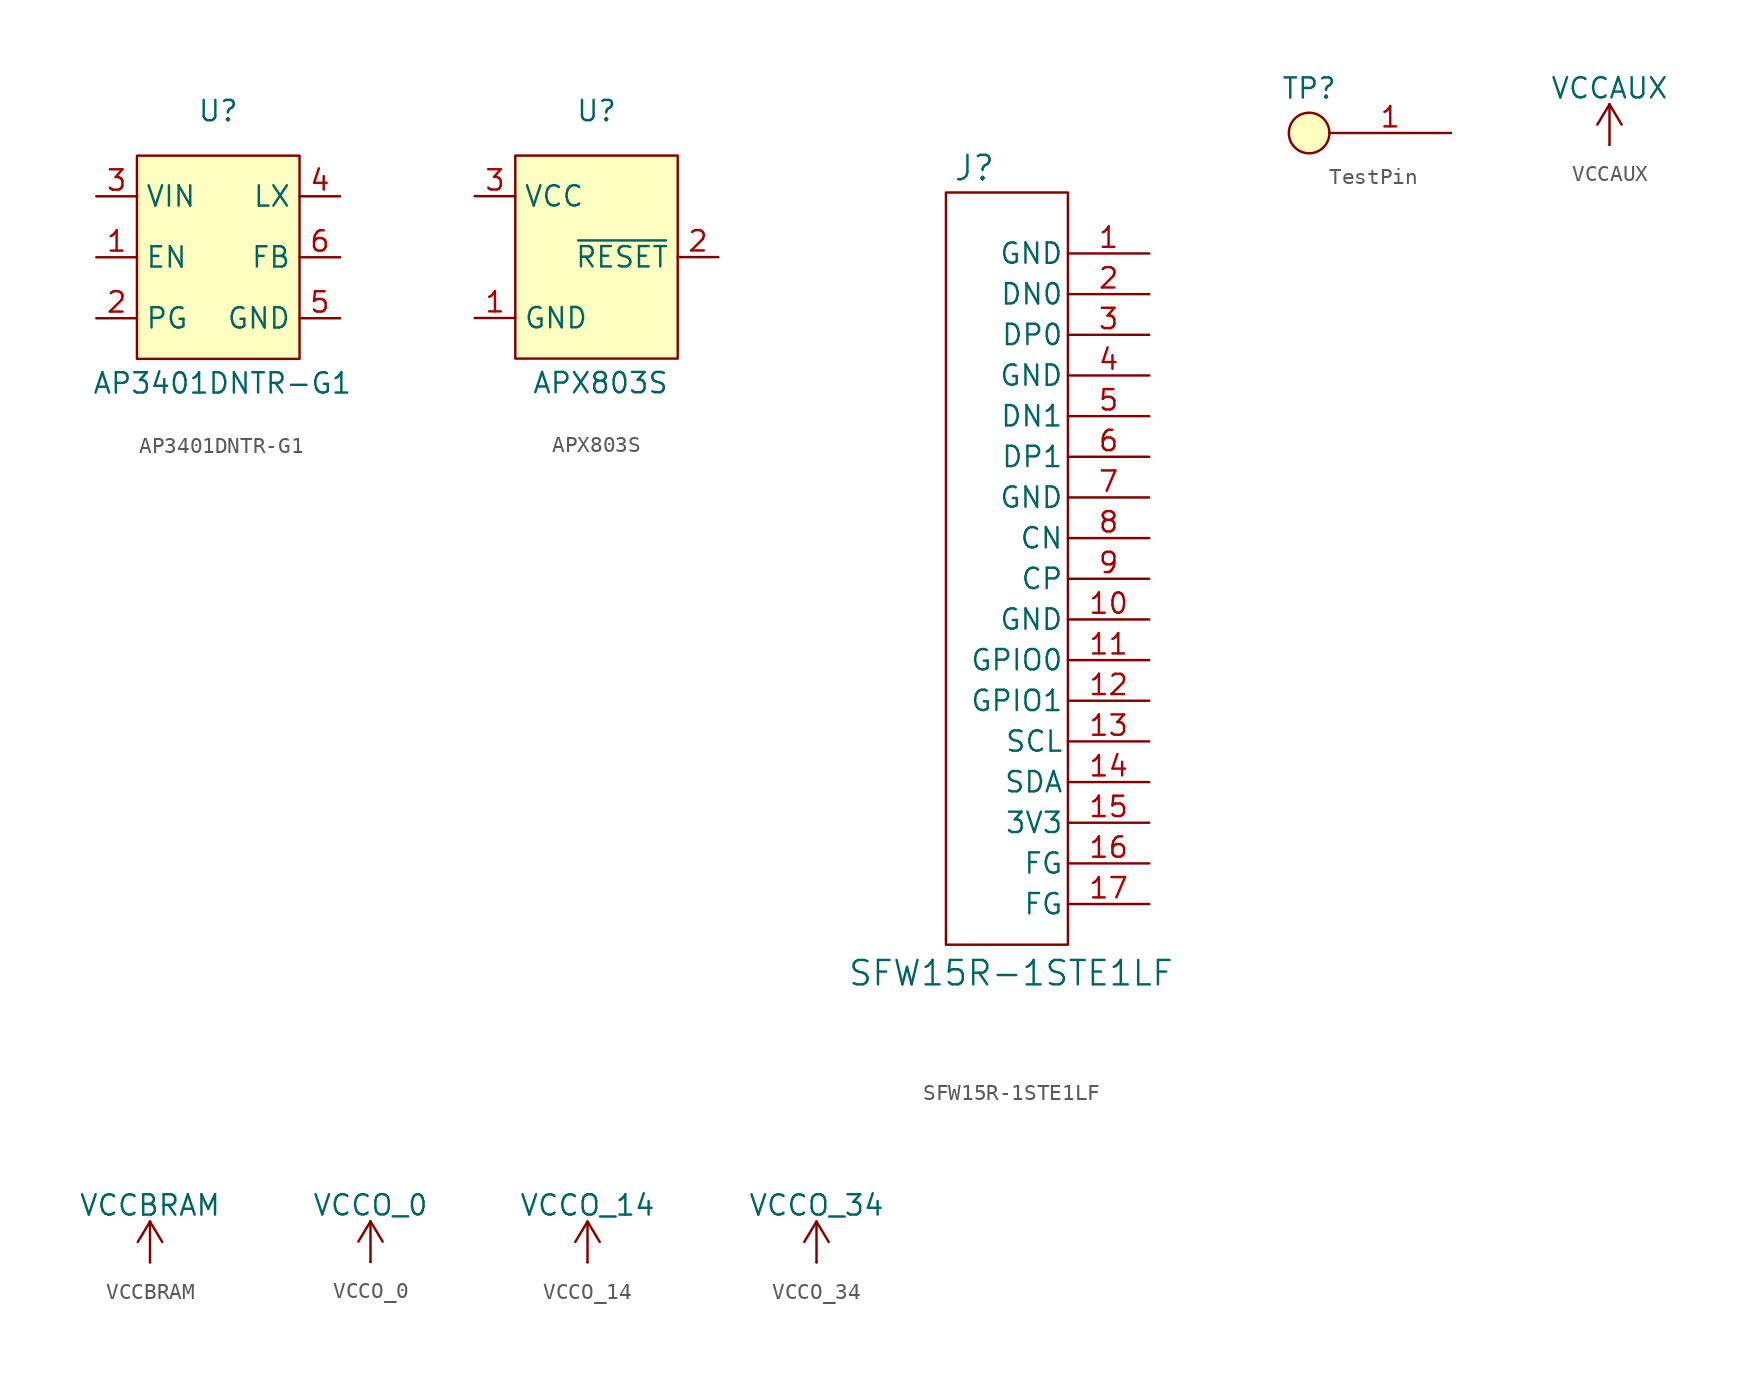
<source format=kicad_sym>
(kicad_symbol_lib
  (version 20241209)
  (generator "kicad_symbol_editor")
  (generator_version "9.0")
  (symbol "AP3401DNTR-G1"
    (property "Reference" "U"
      (at 0 9.144 0)
      (effects (font (size 1.27 1.27))))
    (property "Value" "AP3401DNTR-G1"
      (at 0.254 -7.874 0)
      (effects (font (size 1.27 1.27))))
    (symbol "AP3401DNTR-G1_1_1"
      (rectangle (start -5.08 6.35) (end 5.08 -6.35) (stroke (width 0) (type default)) (fill (type background)))
      (pin power_in line (at -7.62 3.81 0) (length 2.54) (name "VIN" (effects (font (size 1.27 1.27)))) (number "3" (effects (font (size 1.27 1.27)))))
      (pin input line (at -7.62 0 0) (length 2.54) (name "EN" (effects (font (size 1.27 1.27)))) (number "1" (effects (font (size 1.27 1.27)))))
      (pin input line (at -7.62 -3.81 0) (length 2.54) (name "PG" (effects (font (size 1.27 1.27)))) (number "2" (effects (font (size 1.27 1.27)))))
      (pin power_out line (at 7.62 3.81 180) (length 2.54) (name "LX" (effects (font (size 1.27 1.27)))) (number "4" (effects (font (size 1.27 1.27)))))
      (pin input line (at 7.62 0 180) (length 2.54) (name "FB" (effects (font (size 1.27 1.27)))) (number "6" (effects (font (size 1.27 1.27)))))
      (pin power_in line (at 7.62 -3.81 180) (length 2.54) (name "GND" (effects (font (size 1.27 1.27)))) (number "5" (effects (font (size 1.27 1.27)))))))
  (symbol "APX803S"
    (property "Reference" "U"
      (at 0 9.144 0)
      (effects (font (size 1.27 1.27))))
    (property "Value" "APX803S"
      (at 0.254 -7.874 0)
      (effects (font (size 1.27 1.27))))
    (symbol "APX803S_1_1"
      (rectangle (start -5.08 6.35) (end 5.08 -6.35) (stroke (width 0) (type default)) (fill (type background)))
      (pin power_in line (at -7.62 3.81 0) (length 2.54) (name "VCC" (effects (font (size 1.27 1.27)))) (number "3" (effects (font (size 1.27 1.27)))))
      (pin power_in line (at -7.62 -3.81 0) (length 2.54) (name "GND" (effects (font (size 1.27 1.27)))) (number "1" (effects (font (size 1.27 1.27)))))
      (pin open_collector line (at 7.62 0 180) (length 2.54) (name "~{RESET}" (effects (font (size 1.27 1.27)))) (number "2" (effects (font (size 1.27 1.27)))))))
  (symbol "SFW15R-1STE1LF"
    (pin_names
      (offset 0.254))
    (property "Reference" "J"
      (at -2.032 4.064 0)
      (effects (font (size 1.524 1.524))))
    (property "Value" "SFW15R-1STE1LF"
      (at 0.254 -46.228 0)
      (effects (font (size 1.524 1.524))))
    (property "ki_locked" ""
      (at 0 0 0)
      (effects (font (size 1.27 1.27))))
    (symbol "SFW15R-1STE1LF_1_1"
      (rectangle (start -3.81 2.54) (end 3.81 -44.45) (stroke (width 0) (type default)) (fill (type none)))
      (pin power_in line (at 8.89 -1.27 180) (length 5.08) (name "GND" (effects (font (size 1.27 1.27)))) (number "1" (effects (font (size 1.27 1.27)))))
      (pin input line (at 8.89 -3.81 180) (length 5.08) (name "DN0" (effects (font (size 1.27 1.27)))) (number "2" (effects (font (size 1.27 1.27)))))
      (pin input line (at 8.89 -6.35 180) (length 5.08) (name "DP0" (effects (font (size 1.27 1.27)))) (number "3" (effects (font (size 1.27 1.27)))))
      (pin power_in line (at 8.89 -8.89 180) (length 5.08) (name "GND" (effects (font (size 1.27 1.27)))) (number "4" (effects (font (size 1.27 1.27)))))
      (pin input line (at 8.89 -11.43 180) (length 5.08) (name "DN1" (effects (font (size 1.27 1.27)))) (number "5" (effects (font (size 1.27 1.27)))))
      (pin input line (at 8.89 -13.97 180) (length 5.08) (name "DP1" (effects (font (size 1.27 1.27)))) (number "6" (effects (font (size 1.27 1.27)))))
      (pin power_in line (at 8.89 -16.51 180) (length 5.08) (name "GND" (effects (font (size 1.27 1.27)))) (number "7" (effects (font (size 1.27 1.27)))))
      (pin input line (at 8.89 -19.05 180) (length 5.08) (name "CN" (effects (font (size 1.27 1.27)))) (number "8" (effects (font (size 1.27 1.27)))))
      (pin input line (at 8.89 -21.59 180) (length 5.08) (name "CP" (effects (font (size 1.27 1.27)))) (number "9" (effects (font (size 1.27 1.27)))))
      (pin power_in line (at 8.89 -24.13 180) (length 5.08) (name "GND" (effects (font (size 1.27 1.27)))) (number "10" (effects (font (size 1.27 1.27)))))
      (pin bidirectional line (at 8.89 -26.67 180) (length 5.08) (name "GPIO0" (effects (font (size 1.27 1.27)))) (number "11" (effects (font (size 1.27 1.27)))))
      (pin bidirectional line (at 8.89 -29.21 180) (length 5.08) (name "GPIO1" (effects (font (size 1.27 1.27)))) (number "12" (effects (font (size 1.27 1.27)))))
      (pin output line (at 8.89 -31.75 180) (length 5.08) (name "SCL" (effects (font (size 1.27 1.27)))) (number "13" (effects (font (size 1.27 1.27)))))
      (pin tri_state line (at 8.89 -34.29 180) (length 5.08) (name "SDA" (effects (font (size 1.27 1.27)))) (number "14" (effects (font (size 1.27 1.27)))))
      (pin power_out line (at 8.89 -36.83 180) (length 5.08) (name "3V3" (effects (font (size 1.27 1.27)))) (number "15" (effects (font (size 1.27 1.27)))))
      (pin unspecified line (at 8.89 -39.37 180) (length 5.08) (name "FG" (effects (font (size 1.27 1.27)))) (number "16" (effects (font (size 1.27 1.27)))))
      (pin unspecified line (at 8.89 -41.91 180) (length 5.08) (name "FG" (effects (font (size 1.27 1.27)))) (number "17" (effects (font (size 1.27 1.27)))))))
  (symbol "TestPin"
    (property "Reference" "TP"
      (at 0 2.794 0)
      (effects (font (size 1.27 1.27))))
    (property "Value" ""
      (at 0 0 0)
      (effects (font (size 1.27 1.27))))
    (symbol "TestPin_1_1"
      (circle (center 0 0) (radius 1.27) (stroke (width 0) (type default)) (fill (type background)))
      (pin passive line (at 8.89 0 180) (length 7.62) (name "" (effects (font (size 1.27 1.27)))) (number "1" (effects (font (size 1.27 1.27)))))))
  (symbol "VCCAUX"
    (power)
    (pin_numbers
      (hide yes))
    (pin_names
      (offset 0)
      (hide yes))
    (property "Reference" "#PWR"
      (at 0 -3.81 0)
      (effects (font (size 1.27 1.27)) (hide yes)))
    (property "Value" "VCCAUX"
      (at 0 3.556 0)
      (effects (font (size 1.27 1.27))))
    (symbol "VCCAUX_0_1"
      (polyline (pts (xy -0.762 1.27) (xy 0 2.54)) (stroke (width 0) (type default)) (fill (type none)))
      (polyline (pts (xy 0 2.54) (xy 0.762 1.27)) (stroke (width 0) (type default)) (fill (type none)))
      (polyline (pts (xy 0 0) (xy 0 2.54)) (stroke (width 0) (type default)) (fill (type none))))
    (symbol "VCCAUX_1_1"
      (pin power_in line (at 0 0 90) (length 0) (name "~" (effects (font (size 1.27 1.27)))) (number "1" (effects (font (size 1.27 1.27)))))))
  (symbol "VCCBRAM"
    (power)
    (pin_numbers
      (hide yes))
    (pin_names
      (offset 0)
      (hide yes))
    (property "Reference" "#PWR"
      (at 0 -3.81 0)
      (effects (font (size 1.27 1.27)) (hide yes)))
    (property "Value" "VCCBRAM"
      (at 0 3.556 0)
      (effects (font (size 1.27 1.27))))
    (symbol "VCCBRAM_0_1"
      (polyline (pts (xy -0.762 1.27) (xy 0 2.54)) (stroke (width 0) (type default)) (fill (type none)))
      (polyline (pts (xy 0 2.54) (xy 0.762 1.27)) (stroke (width 0) (type default)) (fill (type none)))
      (polyline (pts (xy 0 0) (xy 0 2.54)) (stroke (width 0) (type default)) (fill (type none))))
    (symbol "VCCBRAM_1_1"
      (pin power_in line (at 0 0 90) (length 0) (name "~" (effects (font (size 1.27 1.27)))) (number "1" (effects (font (size 1.27 1.27)))))))
  (symbol "VCCO_0"
    (power)
    (pin_numbers
      (hide yes))
    (pin_names
      (offset 0)
      (hide yes))
    (property "Reference" "#PWR"
      (at 0 -3.81 0)
      (effects (font (size 1.27 1.27)) (hide yes)))
    (property "Value" "VCCO_0"
      (at 0 3.556 0)
      (effects (font (size 1.27 1.27))))
    (symbol "VCCO_0_0_1"
      (polyline (pts (xy -0.762 1.27) (xy 0 2.54)) (stroke (width 0) (type default)) (fill (type none)))
      (polyline (pts (xy 0 2.54) (xy 0.762 1.27)) (stroke (width 0) (type default)) (fill (type none)))
      (polyline (pts (xy 0 0) (xy 0 2.54)) (stroke (width 0) (type default)) (fill (type none))))
    (symbol "VCCO_0_1_1"
      (pin power_in line (at 0 0 90) (length 0) (name "~" (effects (font (size 1.27 1.27)))) (number "1" (effects (font (size 1.27 1.27)))))))
  (symbol "VCCO_14"
    (power)
    (pin_numbers
      (hide yes))
    (pin_names
      (offset 0)
      (hide yes))
    (property "Reference" "#PWR"
      (at 0 -3.81 0)
      (effects (font (size 1.27 1.27)) (hide yes)))
    (property "Value" "VCCO_14"
      (at 0 3.556 0)
      (effects (font (size 1.27 1.27))))
    (symbol "VCCO_14_0_1"
      (polyline (pts (xy -0.762 1.27) (xy 0 2.54)) (stroke (width 0) (type default)) (fill (type none)))
      (polyline (pts (xy 0 2.54) (xy 0.762 1.27)) (stroke (width 0) (type default)) (fill (type none)))
      (polyline (pts (xy 0 0) (xy 0 2.54)) (stroke (width 0) (type default)) (fill (type none))))
    (symbol "VCCO_14_1_1"
      (pin power_in line (at 0 0 90) (length 0) (name "~" (effects (font (size 1.27 1.27)))) (number "1" (effects (font (size 1.27 1.27)))))))
  (symbol "VCCO_34"
    (power)
    (pin_numbers
      (hide yes))
    (pin_names
      (offset 0)
      (hide yes))
    (property "Reference" "#PWR"
      (at 0 -3.81 0)
      (effects (font (size 1.27 1.27)) (hide yes)))
    (property "Value" "VCCO_34"
      (at 0 3.556 0)
      (effects (font (size 1.27 1.27))))
    (symbol "VCCO_34_0_1"
      (polyline (pts (xy -0.762 1.27) (xy 0 2.54)) (stroke (width 0) (type default)) (fill (type none)))
      (polyline (pts (xy 0 2.54) (xy 0.762 1.27)) (stroke (width 0) (type default)) (fill (type none)))
      (polyline (pts (xy 0 0) (xy 0 2.54)) (stroke (width 0) (type default)) (fill (type none))))
    (symbol "VCCO_34_1_1"
      (pin power_in line (at 0 0 90) (length 0) (name "~" (effects (font (size 1.27 1.27)))) (number "1" (effects (font (size 1.27 1.27))))))))
</source>
